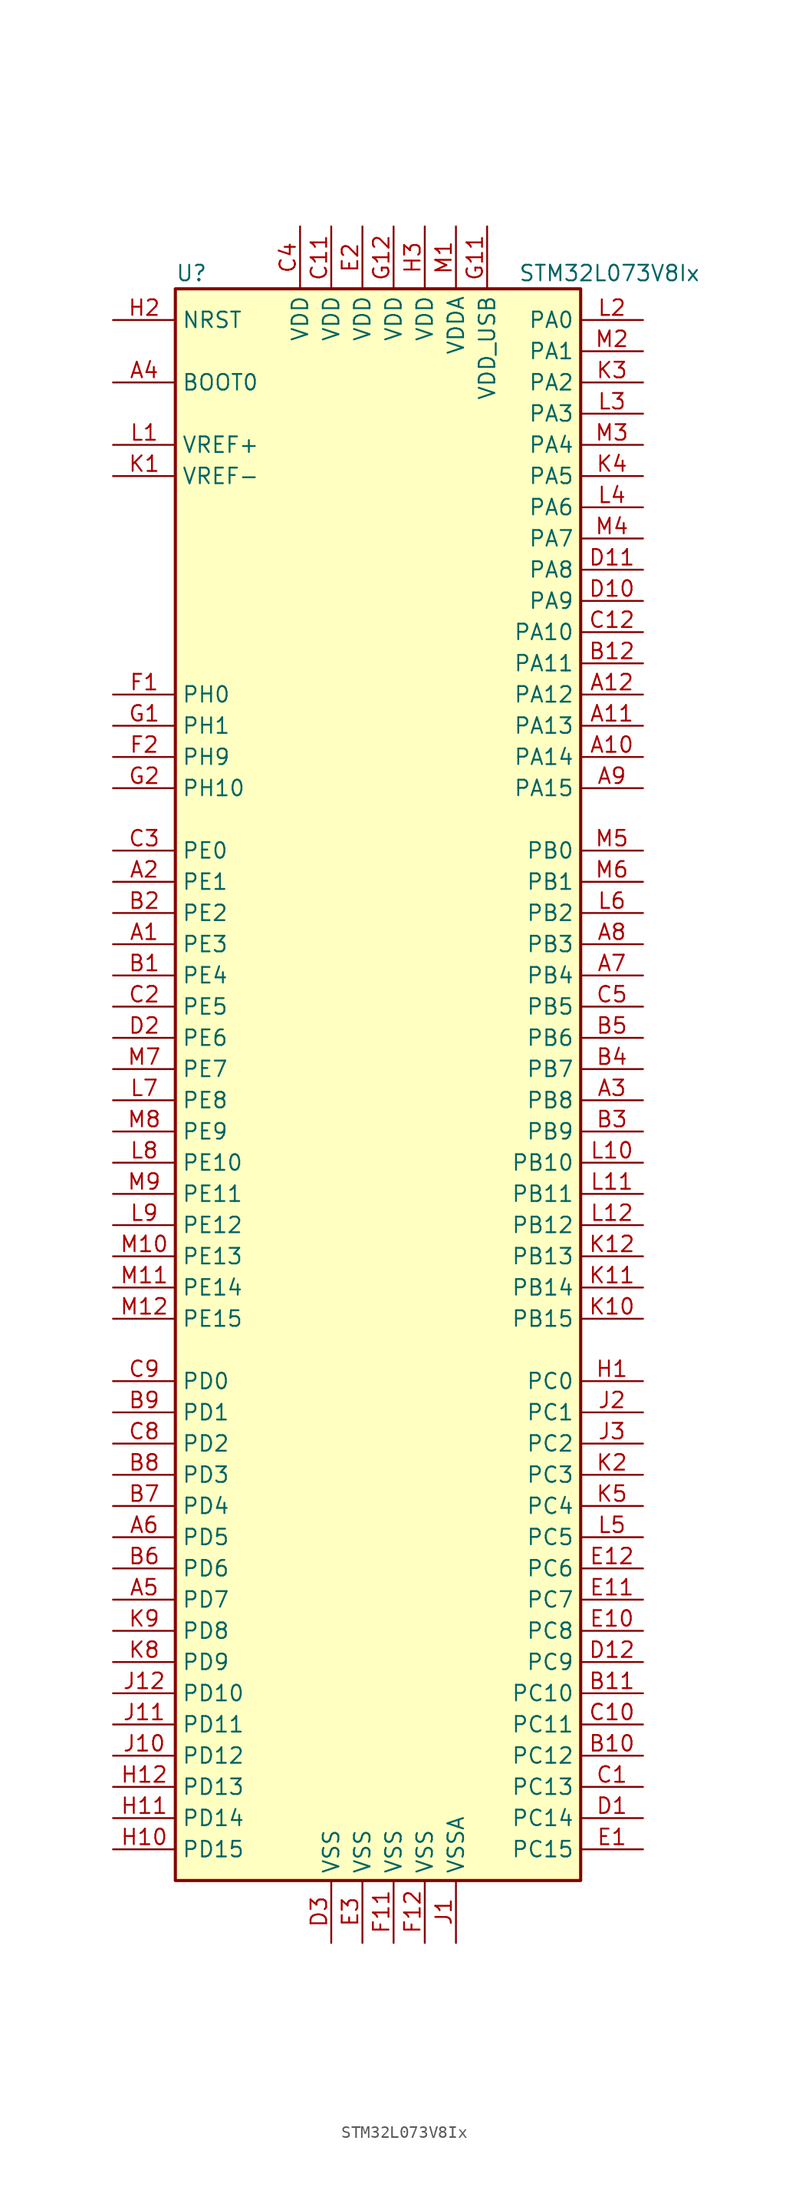
<source format=kicad_sym>
(kicad_symbol_lib
  (version 20201005)
  (generator kicad_symbol_editor)
  (symbol "STM32L073V8Ix"
    (property "Reference" "U"
      (at -17.78 64.77 0)
      (effects (font (size 1.27 1.27)) (justify left)))
    (property "Value" "STM32L073V8Ix"
      (at 10.16 64.77 0)
      (effects (font (size 1.27 1.27)) (justify left)))
    (symbol "STM32L073V8Ix_0_1"
      (rectangle (start -17.78 -66.04) (end 15.24 63.5) (stroke (width 0.254)) (fill (type background))))
    (symbol "STM32L073V8Ix_1_1"
      (pin input line (at -22.86 55.88 0) (length 5.08) (name "BOOT0" (effects (font (size 1.27 1.27)))) (number "A4" (effects (font (size 1.27 1.27)))))
      (pin input line (at -22.86 60.96 0) (length 5.08) (name "NRST" (effects (font (size 1.27 1.27)))) (number "H2" (effects (font (size 1.27 1.27)))))
      (pin bidirectional line (at 20.32 60.96 180) (length 5.08) (name "PA0" (effects (font (size 1.27 1.27)))) (number "L2" (effects (font (size 1.27 1.27)))))
      (pin bidirectional line (at 20.32 58.42 180) (length 5.08) (name "PA1" (effects (font (size 1.27 1.27)))) (number "M2" (effects (font (size 1.27 1.27)))))
      (pin bidirectional line (at 20.32 35.56 180) (length 5.08) (name "PA10" (effects (font (size 1.27 1.27)))) (number "C12" (effects (font (size 1.27 1.27)))))
      (pin bidirectional line (at 20.32 33.02 180) (length 5.08) (name "PA11" (effects (font (size 1.27 1.27)))) (number "B12" (effects (font (size 1.27 1.27)))))
      (pin bidirectional line (at 20.32 30.48 180) (length 5.08) (name "PA12" (effects (font (size 1.27 1.27)))) (number "A12" (effects (font (size 1.27 1.27)))))
      (pin bidirectional line (at 20.32 27.94 180) (length 5.08) (name "PA13" (effects (font (size 1.27 1.27)))) (number "A11" (effects (font (size 1.27 1.27)))))
      (pin bidirectional line (at 20.32 25.4 180) (length 5.08) (name "PA14" (effects (font (size 1.27 1.27)))) (number "A10" (effects (font (size 1.27 1.27)))))
      (pin bidirectional line (at 20.32 22.86 180) (length 5.08) (name "PA15" (effects (font (size 1.27 1.27)))) (number "A9" (effects (font (size 1.27 1.27)))))
      (pin bidirectional line (at 20.32 55.88 180) (length 5.08) (name "PA2" (effects (font (size 1.27 1.27)))) (number "K3" (effects (font (size 1.27 1.27)))))
      (pin bidirectional line (at 20.32 53.34 180) (length 5.08) (name "PA3" (effects (font (size 1.27 1.27)))) (number "L3" (effects (font (size 1.27 1.27)))))
      (pin bidirectional line (at 20.32 50.8 180) (length 5.08) (name "PA4" (effects (font (size 1.27 1.27)))) (number "M3" (effects (font (size 1.27 1.27)))))
      (pin bidirectional line (at 20.32 48.26 180) (length 5.08) (name "PA5" (effects (font (size 1.27 1.27)))) (number "K4" (effects (font (size 1.27 1.27)))))
      (pin bidirectional line (at 20.32 45.72 180) (length 5.08) (name "PA6" (effects (font (size 1.27 1.27)))) (number "L4" (effects (font (size 1.27 1.27)))))
      (pin bidirectional line (at 20.32 43.18 180) (length 5.08) (name "PA7" (effects (font (size 1.27 1.27)))) (number "M4" (effects (font (size 1.27 1.27)))))
      (pin bidirectional line (at 20.32 40.64 180) (length 5.08) (name "PA8" (effects (font (size 1.27 1.27)))) (number "D11" (effects (font (size 1.27 1.27)))))
      (pin bidirectional line (at 20.32 38.1 180) (length 5.08) (name "PA9" (effects (font (size 1.27 1.27)))) (number "D10" (effects (font (size 1.27 1.27)))))
      (pin bidirectional line (at 20.32 17.78 180) (length 5.08) (name "PB0" (effects (font (size 1.27 1.27)))) (number "M5" (effects (font (size 1.27 1.27)))))
      (pin bidirectional line (at 20.32 15.24 180) (length 5.08) (name "PB1" (effects (font (size 1.27 1.27)))) (number "M6" (effects (font (size 1.27 1.27)))))
      (pin bidirectional line (at 20.32 -7.62 180) (length 5.08) (name "PB10" (effects (font (size 1.27 1.27)))) (number "L10" (effects (font (size 1.27 1.27)))))
      (pin bidirectional line (at 20.32 -10.16 180) (length 5.08) (name "PB11" (effects (font (size 1.27 1.27)))) (number "L11" (effects (font (size 1.27 1.27)))))
      (pin bidirectional line (at 20.32 -12.7 180) (length 5.08) (name "PB12" (effects (font (size 1.27 1.27)))) (number "L12" (effects (font (size 1.27 1.27)))))
      (pin bidirectional line (at 20.32 -15.24 180) (length 5.08) (name "PB13" (effects (font (size 1.27 1.27)))) (number "K12" (effects (font (size 1.27 1.27)))))
      (pin bidirectional line (at 20.32 -17.78 180) (length 5.08) (name "PB14" (effects (font (size 1.27 1.27)))) (number "K11" (effects (font (size 1.27 1.27)))))
      (pin bidirectional line (at 20.32 -20.32 180) (length 5.08) (name "PB15" (effects (font (size 1.27 1.27)))) (number "K10" (effects (font (size 1.27 1.27)))))
      (pin bidirectional line (at 20.32 12.7 180) (length 5.08) (name "PB2" (effects (font (size 1.27 1.27)))) (number "L6" (effects (font (size 1.27 1.27)))))
      (pin bidirectional line (at 20.32 10.16 180) (length 5.08) (name "PB3" (effects (font (size 1.27 1.27)))) (number "A8" (effects (font (size 1.27 1.27)))))
      (pin bidirectional line (at 20.32 7.62 180) (length 5.08) (name "PB4" (effects (font (size 1.27 1.27)))) (number "A7" (effects (font (size 1.27 1.27)))))
      (pin bidirectional line (at 20.32 5.08 180) (length 5.08) (name "PB5" (effects (font (size 1.27 1.27)))) (number "C5" (effects (font (size 1.27 1.27)))))
      (pin bidirectional line (at 20.32 2.54 180) (length 5.08) (name "PB6" (effects (font (size 1.27 1.27)))) (number "B5" (effects (font (size 1.27 1.27)))))
      (pin bidirectional line (at 20.32 0 180) (length 5.08) (name "PB7" (effects (font (size 1.27 1.27)))) (number "B4" (effects (font (size 1.27 1.27)))))
      (pin bidirectional line (at 20.32 -2.54 180) (length 5.08) (name "PB8" (effects (font (size 1.27 1.27)))) (number "A3" (effects (font (size 1.27 1.27)))))
      (pin bidirectional line (at 20.32 -5.08 180) (length 5.08) (name "PB9" (effects (font (size 1.27 1.27)))) (number "B3" (effects (font (size 1.27 1.27)))))
      (pin bidirectional line (at 20.32 -25.4 180) (length 5.08) (name "PC0" (effects (font (size 1.27 1.27)))) (number "H1" (effects (font (size 1.27 1.27)))))
      (pin bidirectional line (at 20.32 -27.94 180) (length 5.08) (name "PC1" (effects (font (size 1.27 1.27)))) (number "J2" (effects (font (size 1.27 1.27)))))
      (pin bidirectional line (at 20.32 -50.8 180) (length 5.08) (name "PC10" (effects (font (size 1.27 1.27)))) (number "B11" (effects (font (size 1.27 1.27)))))
      (pin bidirectional line (at 20.32 -53.34 180) (length 5.08) (name "PC11" (effects (font (size 1.27 1.27)))) (number "C10" (effects (font (size 1.27 1.27)))))
      (pin bidirectional line (at 20.32 -55.88 180) (length 5.08) (name "PC12" (effects (font (size 1.27 1.27)))) (number "B10" (effects (font (size 1.27 1.27)))))
      (pin bidirectional line (at 20.32 -58.42 180) (length 5.08) (name "PC13" (effects (font (size 1.27 1.27)))) (number "C1" (effects (font (size 1.27 1.27)))))
      (pin bidirectional line (at 20.32 -60.96 180) (length 5.08) (name "PC14" (effects (font (size 1.27 1.27)))) (number "D1" (effects (font (size 1.27 1.27)))))
      (pin bidirectional line (at 20.32 -63.5 180) (length 5.08) (name "PC15" (effects (font (size 1.27 1.27)))) (number "E1" (effects (font (size 1.27 1.27)))))
      (pin bidirectional line (at 20.32 -30.48 180) (length 5.08) (name "PC2" (effects (font (size 1.27 1.27)))) (number "J3" (effects (font (size 1.27 1.27)))))
      (pin bidirectional line (at 20.32 -33.02 180) (length 5.08) (name "PC3" (effects (font (size 1.27 1.27)))) (number "K2" (effects (font (size 1.27 1.27)))))
      (pin bidirectional line (at 20.32 -35.56 180) (length 5.08) (name "PC4" (effects (font (size 1.27 1.27)))) (number "K5" (effects (font (size 1.27 1.27)))))
      (pin bidirectional line (at 20.32 -38.1 180) (length 5.08) (name "PC5" (effects (font (size 1.27 1.27)))) (number "L5" (effects (font (size 1.27 1.27)))))
      (pin bidirectional line (at 20.32 -40.64 180) (length 5.08) (name "PC6" (effects (font (size 1.27 1.27)))) (number "E12" (effects (font (size 1.27 1.27)))))
      (pin bidirectional line (at 20.32 -43.18 180) (length 5.08) (name "PC7" (effects (font (size 1.27 1.27)))) (number "E11" (effects (font (size 1.27 1.27)))))
      (pin bidirectional line (at 20.32 -45.72 180) (length 5.08) (name "PC8" (effects (font (size 1.27 1.27)))) (number "E10" (effects (font (size 1.27 1.27)))))
      (pin bidirectional line (at 20.32 -48.26 180) (length 5.08) (name "PC9" (effects (font (size 1.27 1.27)))) (number "D12" (effects (font (size 1.27 1.27)))))
      (pin bidirectional line (at -22.86 -25.4 0) (length 5.08) (name "PD0" (effects (font (size 1.27 1.27)))) (number "C9" (effects (font (size 1.27 1.27)))))
      (pin bidirectional line (at -22.86 -27.94 0) (length 5.08) (name "PD1" (effects (font (size 1.27 1.27)))) (number "B9" (effects (font (size 1.27 1.27)))))
      (pin bidirectional line (at -22.86 -50.8 0) (length 5.08) (name "PD10" (effects (font (size 1.27 1.27)))) (number "J12" (effects (font (size 1.27 1.27)))))
      (pin bidirectional line (at -22.86 -53.34 0) (length 5.08) (name "PD11" (effects (font (size 1.27 1.27)))) (number "J11" (effects (font (size 1.27 1.27)))))
      (pin bidirectional line (at -22.86 -55.88 0) (length 5.08) (name "PD12" (effects (font (size 1.27 1.27)))) (number "J10" (effects (font (size 1.27 1.27)))))
      (pin bidirectional line (at -22.86 -58.42 0) (length 5.08) (name "PD13" (effects (font (size 1.27 1.27)))) (number "H12" (effects (font (size 1.27 1.27)))))
      (pin bidirectional line (at -22.86 -60.96 0) (length 5.08) (name "PD14" (effects (font (size 1.27 1.27)))) (number "H11" (effects (font (size 1.27 1.27)))))
      (pin bidirectional line (at -22.86 -63.5 0) (length 5.08) (name "PD15" (effects (font (size 1.27 1.27)))) (number "H10" (effects (font (size 1.27 1.27)))))
      (pin bidirectional line (at -22.86 -30.48 0) (length 5.08) (name "PD2" (effects (font (size 1.27 1.27)))) (number "C8" (effects (font (size 1.27 1.27)))))
      (pin bidirectional line (at -22.86 -33.02 0) (length 5.08) (name "PD3" (effects (font (size 1.27 1.27)))) (number "B8" (effects (font (size 1.27 1.27)))))
      (pin bidirectional line (at -22.86 -35.56 0) (length 5.08) (name "PD4" (effects (font (size 1.27 1.27)))) (number "B7" (effects (font (size 1.27 1.27)))))
      (pin bidirectional line (at -22.86 -38.1 0) (length 5.08) (name "PD5" (effects (font (size 1.27 1.27)))) (number "A6" (effects (font (size 1.27 1.27)))))
      (pin bidirectional line (at -22.86 -40.64 0) (length 5.08) (name "PD6" (effects (font (size 1.27 1.27)))) (number "B6" (effects (font (size 1.27 1.27)))))
      (pin bidirectional line (at -22.86 -43.18 0) (length 5.08) (name "PD7" (effects (font (size 1.27 1.27)))) (number "A5" (effects (font (size 1.27 1.27)))))
      (pin bidirectional line (at -22.86 -45.72 0) (length 5.08) (name "PD8" (effects (font (size 1.27 1.27)))) (number "K9" (effects (font (size 1.27 1.27)))))
      (pin bidirectional line (at -22.86 -48.26 0) (length 5.08) (name "PD9" (effects (font (size 1.27 1.27)))) (number "K8" (effects (font (size 1.27 1.27)))))
      (pin bidirectional line (at -22.86 17.78 0) (length 5.08) (name "PE0" (effects (font (size 1.27 1.27)))) (number "C3" (effects (font (size 1.27 1.27)))))
      (pin bidirectional line (at -22.86 15.24 0) (length 5.08) (name "PE1" (effects (font (size 1.27 1.27)))) (number "A2" (effects (font (size 1.27 1.27)))))
      (pin bidirectional line (at -22.86 -7.62 0) (length 5.08) (name "PE10" (effects (font (size 1.27 1.27)))) (number "L8" (effects (font (size 1.27 1.27)))))
      (pin bidirectional line (at -22.86 -10.16 0) (length 5.08) (name "PE11" (effects (font (size 1.27 1.27)))) (number "M9" (effects (font (size 1.27 1.27)))))
      (pin bidirectional line (at -22.86 -12.7 0) (length 5.08) (name "PE12" (effects (font (size 1.27 1.27)))) (number "L9" (effects (font (size 1.27 1.27)))))
      (pin bidirectional line (at -22.86 -15.24 0) (length 5.08) (name "PE13" (effects (font (size 1.27 1.27)))) (number "M10" (effects (font (size 1.27 1.27)))))
      (pin bidirectional line (at -22.86 -17.78 0) (length 5.08) (name "PE14" (effects (font (size 1.27 1.27)))) (number "M11" (effects (font (size 1.27 1.27)))))
      (pin bidirectional line (at -22.86 -20.32 0) (length 5.08) (name "PE15" (effects (font (size 1.27 1.27)))) (number "M12" (effects (font (size 1.27 1.27)))))
      (pin bidirectional line (at -22.86 12.7 0) (length 5.08) (name "PE2" (effects (font (size 1.27 1.27)))) (number "B2" (effects (font (size 1.27 1.27)))))
      (pin bidirectional line (at -22.86 10.16 0) (length 5.08) (name "PE3" (effects (font (size 1.27 1.27)))) (number "A1" (effects (font (size 1.27 1.27)))))
      (pin bidirectional line (at -22.86 7.62 0) (length 5.08) (name "PE4" (effects (font (size 1.27 1.27)))) (number "B1" (effects (font (size 1.27 1.27)))))
      (pin bidirectional line (at -22.86 5.08 0) (length 5.08) (name "PE5" (effects (font (size 1.27 1.27)))) (number "C2" (effects (font (size 1.27 1.27)))))
      (pin bidirectional line (at -22.86 2.54 0) (length 5.08) (name "PE6" (effects (font (size 1.27 1.27)))) (number "D2" (effects (font (size 1.27 1.27)))))
      (pin bidirectional line (at -22.86 0 0) (length 5.08) (name "PE7" (effects (font (size 1.27 1.27)))) (number "M7" (effects (font (size 1.27 1.27)))))
      (pin bidirectional line (at -22.86 -2.54 0) (length 5.08) (name "PE8" (effects (font (size 1.27 1.27)))) (number "L7" (effects (font (size 1.27 1.27)))))
      (pin bidirectional line (at -22.86 -5.08 0) (length 5.08) (name "PE9" (effects (font (size 1.27 1.27)))) (number "M8" (effects (font (size 1.27 1.27)))))
      (pin input line (at -22.86 30.48 0) (length 5.08) (name "PH0" (effects (font (size 1.27 1.27)))) (number "F1" (effects (font (size 1.27 1.27)))))
      (pin input line (at -22.86 27.94 0) (length 5.08) (name "PH1" (effects (font (size 1.27 1.27)))) (number "G1" (effects (font (size 1.27 1.27)))))
      (pin bidirectional line (at -22.86 22.86 0) (length 5.08) (name "PH10" (effects (font (size 1.27 1.27)))) (number "G2" (effects (font (size 1.27 1.27)))))
      (pin bidirectional line (at -22.86 25.4 0) (length 5.08) (name "PH9" (effects (font (size 1.27 1.27)))) (number "F2" (effects (font (size 1.27 1.27)))))
      (pin power_in line (at -5.08 68.58 270) (length 5.08) (name "VDD" (effects (font (size 1.27 1.27)))) (number "C11" (effects (font (size 1.27 1.27)))))
      (pin power_in line (at -7.62 68.58 270) (length 5.08) (name "VDD" (effects (font (size 1.27 1.27)))) (number "C4" (effects (font (size 1.27 1.27)))))
      (pin power_in line (at -2.54 68.58 270) (length 5.08) (name "VDD" (effects (font (size 1.27 1.27)))) (number "E2" (effects (font (size 1.27 1.27)))))
      (pin power_in line (at 0 68.58 270) (length 5.08) (name "VDD" (effects (font (size 1.27 1.27)))) (number "G12" (effects (font (size 1.27 1.27)))))
      (pin power_in line (at 2.54 68.58 270) (length 5.08) (name "VDD" (effects (font (size 1.27 1.27)))) (number "H3" (effects (font (size 1.27 1.27)))))
      (pin power_in line (at 5.08 68.58 270) (length 5.08) (name "VDDA" (effects (font (size 1.27 1.27)))) (number "M1" (effects (font (size 1.27 1.27)))))
      (pin power_in line (at 7.62 68.58 270) (length 5.08) (name "VDD_USB" (effects (font (size 1.27 1.27)))) (number "G11" (effects (font (size 1.27 1.27)))))
      (pin power_in line (at -22.86 50.8 0) (length 5.08) (name "VREF+" (effects (font (size 1.27 1.27)))) (number "L1" (effects (font (size 1.27 1.27)))))
      (pin power_in line (at -22.86 48.26 0) (length 5.08) (name "VREF-" (effects (font (size 1.27 1.27)))) (number "K1" (effects (font (size 1.27 1.27)))))
      (pin power_in line (at -5.08 -71.12 90) (length 5.08) (name "VSS" (effects (font (size 1.27 1.27)))) (number "D3" (effects (font (size 1.27 1.27)))))
      (pin power_in line (at -2.54 -71.12 90) (length 5.08) (name "VSS" (effects (font (size 1.27 1.27)))) (number "E3" (effects (font (size 1.27 1.27)))))
      (pin power_in line (at 0 -71.12 90) (length 5.08) (name "VSS" (effects (font (size 1.27 1.27)))) (number "F11" (effects (font (size 1.27 1.27)))))
      (pin power_in line (at 2.54 -71.12 90) (length 5.08) (name "VSS" (effects (font (size 1.27 1.27)))) (number "F12" (effects (font (size 1.27 1.27)))))
      (pin power_in line (at 5.08 -71.12 90) (length 5.08) (name "VSSA" (effects (font (size 1.27 1.27)))) (number "J1" (effects (font (size 1.27 1.27))))))))
</source>
